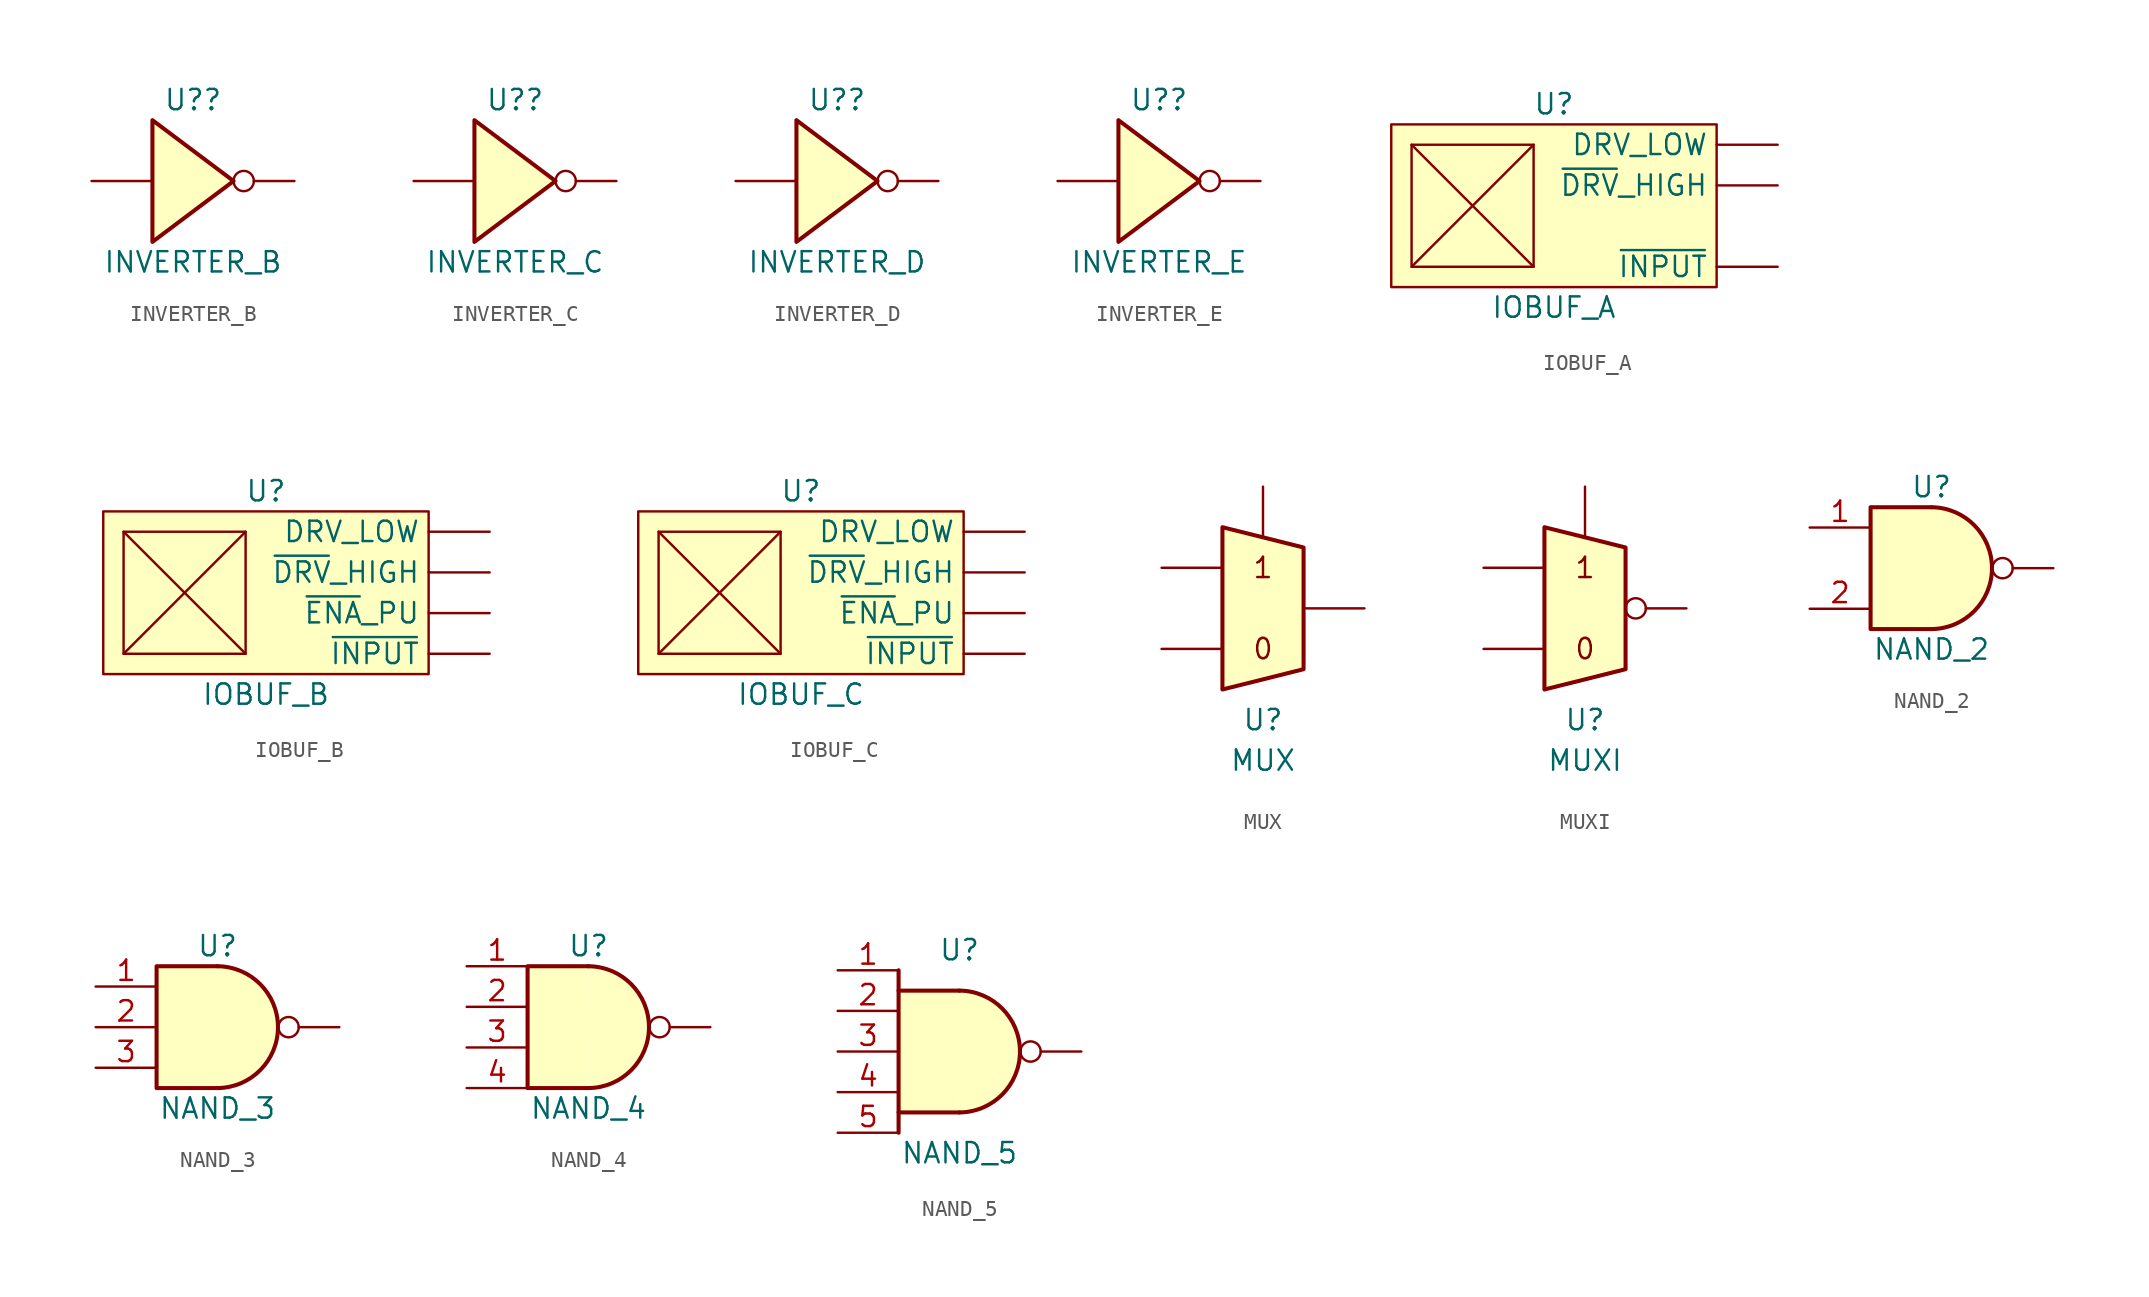
<source format=kicad_sym>
(kicad_symbol_lib
  (version 20211014)
  (generator kicad_symbol_editor)
  (symbol "INVERTER_B"
    (pin_numbers hide)
    (pin_names hide)
    (property "Reference" "U?"
      (at 0 5.08 0)
      (effects (font (size 1.27 1.27))))
    (property "Value" "INVERTER_B"
      (at 0 -5.08 0)
      (effects (font (size 1.27 1.27))))
    (symbol "INVERTER_B_1_0"
      (polyline (pts (xy -2.54 3.81) (xy -2.54 -3.81) (xy 2.54 0) (xy -2.54 3.81)) (stroke (width 0.254) (type default) (color 0 0 0 0)) (fill (type background)))
      (pin input line (at -6.35 0 0) (length 3.81) (name "~" (effects (font (size 1.27 1.27)))) (number "1" (effects (font (size 1.27 1.27)))))
      (pin output inverted (at 6.35 0 180) (length 3.81) (name "~" (effects (font (size 1.27 1.27)))) (number "2" (effects (font (size 1.27 1.27)))))))
  (symbol "INVERTER_C"
    (pin_numbers hide)
    (pin_names hide)
    (property "Reference" "U?"
      (at 0 5.08 0)
      (effects (font (size 1.27 1.27))))
    (property "Value" "INVERTER_C"
      (at 0 -5.08 0)
      (effects (font (size 1.27 1.27))))
    (symbol "INVERTER_C_1_0"
      (polyline (pts (xy -2.54 3.81) (xy -2.54 -3.81) (xy 2.54 0) (xy -2.54 3.81)) (stroke (width 0.254) (type default) (color 0 0 0 0)) (fill (type background)))
      (pin input line (at -6.35 0 0) (length 3.81) (name "~" (effects (font (size 1.27 1.27)))) (number "1" (effects (font (size 1.27 1.27)))))
      (pin output inverted (at 6.35 0 180) (length 3.81) (name "~" (effects (font (size 1.27 1.27)))) (number "2" (effects (font (size 1.27 1.27)))))))
  (symbol "INVERTER_D"
    (pin_numbers hide)
    (pin_names hide)
    (property "Reference" "U?"
      (at 0 5.08 0)
      (effects (font (size 1.27 1.27))))
    (property "Value" "INVERTER_D"
      (at 0 -5.08 0)
      (effects (font (size 1.27 1.27))))
    (symbol "INVERTER_D_1_0"
      (polyline (pts (xy -2.54 3.81) (xy -2.54 -3.81) (xy 2.54 0) (xy -2.54 3.81)) (stroke (width 0.254) (type default) (color 0 0 0 0)) (fill (type background)))
      (pin input line (at -6.35 0 0) (length 3.81) (name "~" (effects (font (size 1.27 1.27)))) (number "1" (effects (font (size 1.27 1.27)))))
      (pin output inverted (at 6.35 0 180) (length 3.81) (name "~" (effects (font (size 1.27 1.27)))) (number "2" (effects (font (size 1.27 1.27)))))))
  (symbol "INVERTER_E"
    (pin_numbers hide)
    (pin_names hide)
    (property "Reference" "U?"
      (at 0 5.08 0)
      (effects (font (size 1.27 1.27))))
    (property "Value" "INVERTER_E"
      (at 0 -5.08 0)
      (effects (font (size 1.27 1.27))))
    (symbol "INVERTER_E_1_0"
      (polyline (pts (xy -2.54 3.81) (xy -2.54 -3.81) (xy 2.54 0) (xy -2.54 3.81)) (stroke (width 0.254) (type default) (color 0 0 0 0)) (fill (type background)))
      (pin input line (at -6.35 0 0) (length 3.81) (name "~" (effects (font (size 1.27 1.27)))) (number "1" (effects (font (size 1.27 1.27)))))
      (pin output inverted (at 6.35 0 180) (length 3.81) (name "~" (effects (font (size 1.27 1.27)))) (number "2" (effects (font (size 1.27 1.27)))))))
  (symbol "IOBUF_A"
    (pin_numbers hide)
    (property "Reference" "U"
      (at 0 6.35 0)
      (effects (font (size 1.27 1.27))))
    (property "Value" "IOBUF_A"
      (at 0 -6.35 0)
      (effects (font (size 1.27 1.27))))
    (symbol "IOBUF_A_0_1"
      (rectangle (start -10.16 5.08) (end 10.16 -5.08) (stroke (width 0) (type default) (color 0 0 0 0)) (fill (type background)))
      (rectangle (start -8.89 3.81) (end -1.27 -3.81) (stroke (width 0) (type default) (color 0 0 0 0)) (fill (type none)))
      (polyline (pts (xy -8.89 -3.81) (xy -1.27 3.81)) (stroke (width 0) (type default) (color 0 0 0 0)) (fill (type none)))
      (polyline (pts (xy -1.27 -3.81) (xy -8.89 3.81)) (stroke (width 0) (type default) (color 0 0 0 0)) (fill (type none))))
    (symbol "IOBUF_A_1_1"
      (pin input line (at 13.97 3.81 180) (length 3.81) (name "DRV_LOW" (effects (font (size 1.27 1.27)))) (number "1" (effects (font (size 1.27 1.27)))))
      (pin output line (at 13.97 -3.81 180) (length 3.81) (name "~{INPUT}" (effects (font (size 1.27 1.27)))) (number "2" (effects (font (size 1.27 1.27)))))
      (pin input line (at 13.97 1.27 180) (length 3.81) (name "~{DRV}_HIGH" (effects (font (size 1.27 1.27)))) (number "3" (effects (font (size 1.27 1.27)))))))
  (symbol "IOBUF_B"
    (pin_numbers hide)
    (property "Reference" "U"
      (at 0 6.35 0)
      (effects (font (size 1.27 1.27))))
    (property "Value" "IOBUF_B"
      (at 0 -6.35 0)
      (effects (font (size 1.27 1.27))))
    (symbol "IOBUF_B_0_1"
      (rectangle (start -10.16 5.08) (end 10.16 -5.08) (stroke (width 0) (type default) (color 0 0 0 0)) (fill (type background)))
      (rectangle (start -8.89 3.81) (end -1.27 -3.81) (stroke (width 0) (type default) (color 0 0 0 0)) (fill (type none)))
      (polyline (pts (xy -8.89 -3.81) (xy -1.27 3.81)) (stroke (width 0) (type default) (color 0 0 0 0)) (fill (type none)))
      (polyline (pts (xy -1.27 -3.81) (xy -8.89 3.81)) (stroke (width 0) (type default) (color 0 0 0 0)) (fill (type none))))
    (symbol "IOBUF_B_1_1"
      (pin input line (at 13.97 3.81 180) (length 3.81) (name "DRV_LOW" (effects (font (size 1.27 1.27)))) (number "1" (effects (font (size 1.27 1.27)))))
      (pin output line (at 13.97 -3.81 180) (length 3.81) (name "~{INPUT}" (effects (font (size 1.27 1.27)))) (number "2" (effects (font (size 1.27 1.27)))))
      (pin input line (at 13.97 -1.27 180) (length 3.81) (name "~{ENA}_PU" (effects (font (size 1.27 1.27)))) (number "3" (effects (font (size 1.27 1.27)))))
      (pin input line (at 13.97 1.27 180) (length 3.81) (name "~{DRV}_HIGH" (effects (font (size 1.27 1.27)))) (number "4" (effects (font (size 1.27 1.27)))))))
  (symbol "IOBUF_C"
    (pin_numbers hide)
    (property "Reference" "U"
      (at 0 6.35 0)
      (effects (font (size 1.27 1.27))))
    (property "Value" "IOBUF_C"
      (at 0 -6.35 0)
      (effects (font (size 1.27 1.27))))
    (symbol "IOBUF_C_0_1"
      (rectangle (start -10.16 5.08) (end 10.16 -5.08) (stroke (width 0) (type default) (color 0 0 0 0)) (fill (type background)))
      (rectangle (start -8.89 3.81) (end -1.27 -3.81) (stroke (width 0) (type default) (color 0 0 0 0)) (fill (type none)))
      (polyline (pts (xy -8.89 -3.81) (xy -1.27 3.81)) (stroke (width 0) (type default) (color 0 0 0 0)) (fill (type none)))
      (polyline (pts (xy -1.27 -3.81) (xy -8.89 3.81)) (stroke (width 0) (type default) (color 0 0 0 0)) (fill (type none))))
    (symbol "IOBUF_C_1_1"
      (pin input line (at 13.97 3.81 180) (length 3.81) (name "DRV_LOW" (effects (font (size 1.27 1.27)))) (number "1" (effects (font (size 1.27 1.27)))))
      (pin output line (at 13.97 -3.81 180) (length 3.81) (name "~{INPUT}" (effects (font (size 1.27 1.27)))) (number "2" (effects (font (size 1.27 1.27)))))
      (pin input line (at 13.97 -1.27 180) (length 3.81) (name "~{ENA}_PU" (effects (font (size 1.27 1.27)))) (number "3" (effects (font (size 1.27 1.27)))))
      (pin input line (at 13.97 1.27 180) (length 3.81) (name "~{DRV}_HIGH" (effects (font (size 1.27 1.27)))) (number "4" (effects (font (size 1.27 1.27)))))))
  (symbol "MUX"
    (pin_numbers hide)
    (pin_names
      (offset 0))
    (property "Reference" "U"
      (at 0 -6.985 0)
      (effects (font (size 1.27 1.27))))
    (property "Value" "MUX"
      (at 0 -9.525 0)
      (effects (font (size 1.27 1.27))))
    (symbol "MUX_0_0"
      (text "0" (at 0 -2.54 0) (effects (font (size 1.27 1.27))))
      (text "1" (at 0 2.54 0) (effects (font (size 1.27 1.27)))))
    (symbol "MUX_0_1"
      (polyline (pts (xy -2.54 -5.08) (xy -2.54 5.08) (xy 2.54 3.81) (xy 2.54 -3.81) (xy -2.54 -5.08)) (stroke (width 0.254) (type default) (color 0 0 0 0)) (fill (type background))))
    (symbol "MUX_1_1"
      (pin input line (at 0 7.62 270) (length 3.17) (name "~" (effects (font (size 1.27 1.27)))) (number "1" (effects (font (size 1.27 1.27)))))
      (pin input line (at -6.35 2.54 0) (length 3.81) (name "~" (effects (font (size 1.27 1.27)))) (number "2" (effects (font (size 1.27 1.27)))))
      (pin input line (at -6.35 -2.54 0) (length 3.81) (name "~" (effects (font (size 1.27 1.27)))) (number "3" (effects (font (size 1.27 1.27)))))
      (pin output line (at 6.35 0 180) (length 3.81) (name "~" (effects (font (size 1.27 1.27)))) (number "4" (effects (font (size 1.27 1.27)))))))
  (symbol "MUXI"
    (pin_numbers hide)
    (pin_names
      (offset 0))
    (property "Reference" "U"
      (at 0 -6.985 0)
      (effects (font (size 1.27 1.27))))
    (property "Value" "MUXI"
      (at 0 -9.525 0)
      (effects (font (size 1.27 1.27))))
    (symbol "MUXI_0_0"
      (text "0" (at 0 -2.54 0) (effects (font (size 1.27 1.27))))
      (text "1" (at 0 2.54 0) (effects (font (size 1.27 1.27)))))
    (symbol "MUXI_0_1"
      (polyline (pts (xy -2.54 -5.08) (xy -2.54 5.08) (xy 2.54 3.81) (xy 2.54 -3.81) (xy -2.54 -5.08)) (stroke (width 0.254) (type default) (color 0 0 0 0)) (fill (type background))))
    (symbol "MUXI_1_1"
      (pin input line (at 0 7.62 270) (length 3.17) (name "~" (effects (font (size 1.27 1.27)))) (number "1" (effects (font (size 1.27 1.27)))))
      (pin input line (at -6.35 2.54 0) (length 3.81) (name "~" (effects (font (size 1.27 1.27)))) (number "2" (effects (font (size 1.27 1.27)))))
      (pin input line (at -6.35 -2.54 0) (length 3.81) (name "~" (effects (font (size 1.27 1.27)))) (number "3" (effects (font (size 1.27 1.27)))))
      (pin output inverted (at 6.35 0 180) (length 3.81) (name "~" (effects (font (size 1.27 1.27)))) (number "4" (effects (font (size 1.27 1.27)))))))
  (symbol "NAND_2"
    (pin_names hide)
    (property "Reference" "U"
      (at 0 5.08 0)
      (effects (font (size 1.27 1.27))))
    (property "Value" "NAND_2"
      (at 0 -5.08 0)
      (effects (font (size 1.27 1.27))))
    (symbol "NAND_2_1_1"
      (arc (start 0 -3.81) (mid 3.7825 0) (end 0 3.81) (stroke (width 0.254) (type default) (color 0 0 0 0)) (fill (type background)))
      (polyline (pts (xy 0 3.81) (xy -3.81 3.81) (xy -3.81 -3.81) (xy 0 -3.81)) (stroke (width 0.254) (type default) (color 0 0 0 0)) (fill (type background)))
      (pin input line (at -7.62 2.54 0) (length 3.81) (name "~" (effects (font (size 1.27 1.27)))) (number "1" (effects (font (size 1.27 1.27)))))
      (pin input line (at -7.62 -2.54 0) (length 3.81) (name "~" (effects (font (size 1.27 1.27)))) (number "2" (effects (font (size 1.27 1.27)))))
      (pin output inverted (at 7.62 0 180) (length 3.81) (name "~" (effects (font (size 1.27 1.27)))) (number "3" (effects (font (size 0 0)))))))
  (symbol "NAND_3"
    (pin_names hide)
    (property "Reference" "U"
      (at 0 5.08 0)
      (effects (font (size 1.27 1.27))))
    (property "Value" "NAND_3"
      (at 0 -5.08 0)
      (effects (font (size 1.27 1.27))))
    (symbol "NAND_3_1_1"
      (arc (start 0 -3.81) (mid 3.7825 0) (end 0 3.81) (stroke (width 0.254) (type default) (color 0 0 0 0)) (fill (type background)))
      (polyline (pts (xy 0 3.81) (xy -3.81 3.81) (xy -3.81 -3.81) (xy 0 -3.81)) (stroke (width 0.254) (type default) (color 0 0 0 0)) (fill (type background)))
      (pin input line (at -7.62 2.54 0) (length 3.81) (name "~" (effects (font (size 1.27 1.27)))) (number "1" (effects (font (size 1.27 1.27)))))
      (pin input line (at -7.62 0 0) (length 3.81) (name "~" (effects (font (size 1.27 1.27)))) (number "2" (effects (font (size 1.27 1.27)))))
      (pin input line (at -7.62 -2.54 0) (length 3.81) (name "~" (effects (font (size 1.27 1.27)))) (number "3" (effects (font (size 1.27 1.27)))))
      (pin output inverted (at 7.62 0 180) (length 3.81) (name "~" (effects (font (size 1.27 1.27)))) (number "4" (effects (font (size 0 0)))))))
  (symbol "NAND_4"
    (pin_names hide)
    (property "Reference" "U"
      (at 0 5.08 0)
      (effects (font (size 1.27 1.27))))
    (property "Value" "NAND_4"
      (at 0 -5.08 0)
      (effects (font (size 1.27 1.27))))
    (symbol "NAND_4_1_1"
      (arc (start 0 -3.81) (mid 3.7825 0) (end 0 3.81) (stroke (width 0.254) (type default) (color 0 0 0 0)) (fill (type background)))
      (polyline (pts (xy 0 3.81) (xy -3.81 3.81) (xy -3.81 -3.81) (xy 0 -3.81)) (stroke (width 0.254) (type default) (color 0 0 0 0)) (fill (type background)))
      (pin input line (at -7.62 3.81 0) (length 3.81) (name "~" (effects (font (size 1.27 1.27)))) (number "1" (effects (font (size 1.27 1.27)))))
      (pin input line (at -7.62 1.27 0) (length 3.81) (name "~" (effects (font (size 1.27 1.27)))) (number "2" (effects (font (size 1.27 1.27)))))
      (pin input line (at -7.62 -1.27 0) (length 3.81) (name "~" (effects (font (size 1.27 1.27)))) (number "3" (effects (font (size 1.27 1.27)))))
      (pin input line (at -7.62 -3.81 0) (length 3.81) (name "~" (effects (font (size 1.27 1.27)))) (number "4" (effects (font (size 1.27 1.27)))))
      (pin output inverted (at 7.62 0 180) (length 3.81) (name "~" (effects (font (size 1.27 1.27)))) (number "5" (effects (font (size 0 0)))))))
  (symbol "NAND_5"
    (pin_names hide)
    (property "Reference" "U"
      (at 0 6.35 0)
      (effects (font (size 1.27 1.27))))
    (property "Value" "NAND_5"
      (at 0 -6.35 0)
      (effects (font (size 1.27 1.27))))
    (symbol "NAND_5_1_1"
      (arc (start 0 -3.81) (mid 3.7825 0) (end 0 3.81) (stroke (width 0.254) (type default) (color 0 0 0 0)) (fill (type background)))
      (polyline (pts (xy -3.81 -3.81) (xy -3.81 -5.08)) (stroke (width 0.254) (type default) (color 0 0 0 0)) (fill (type background)))
      (polyline (pts (xy -3.81 5.08) (xy -3.81 3.81)) (stroke (width 0.254) (type default) (color 0 0 0 0)) (fill (type background)))
      (polyline (pts (xy 0 3.81) (xy -3.81 3.81) (xy -3.81 -3.81) (xy 0 -3.81)) (stroke (width 0.254) (type default) (color 0 0 0 0)) (fill (type background)))
      (pin input line (at -7.62 5.08 0) (length 3.81) (name "~" (effects (font (size 1.27 1.27)))) (number "1" (effects (font (size 1.27 1.27)))))
      (pin input line (at -7.62 2.54 0) (length 3.81) (name "~" (effects (font (size 1.27 1.27)))) (number "2" (effects (font (size 1.27 1.27)))))
      (pin input line (at -7.62 0 0) (length 3.81) (name "~" (effects (font (size 1.27 1.27)))) (number "3" (effects (font (size 1.27 1.27)))))
      (pin input line (at -7.62 -2.54 0) (length 3.81) (name "~" (effects (font (size 1.27 1.27)))) (number "4" (effects (font (size 1.27 1.27)))))
      (pin input line (at -7.62 -5.08 0) (length 3.81) (name "~" (effects (font (size 1.27 1.27)))) (number "5" (effects (font (size 1.27 1.27)))))
      (pin output inverted (at 7.62 0 180) (length 3.81) (name "~" (effects (font (size 1.27 1.27)))) (number "6" (effects (font (size 0 0))))))))
</source>
